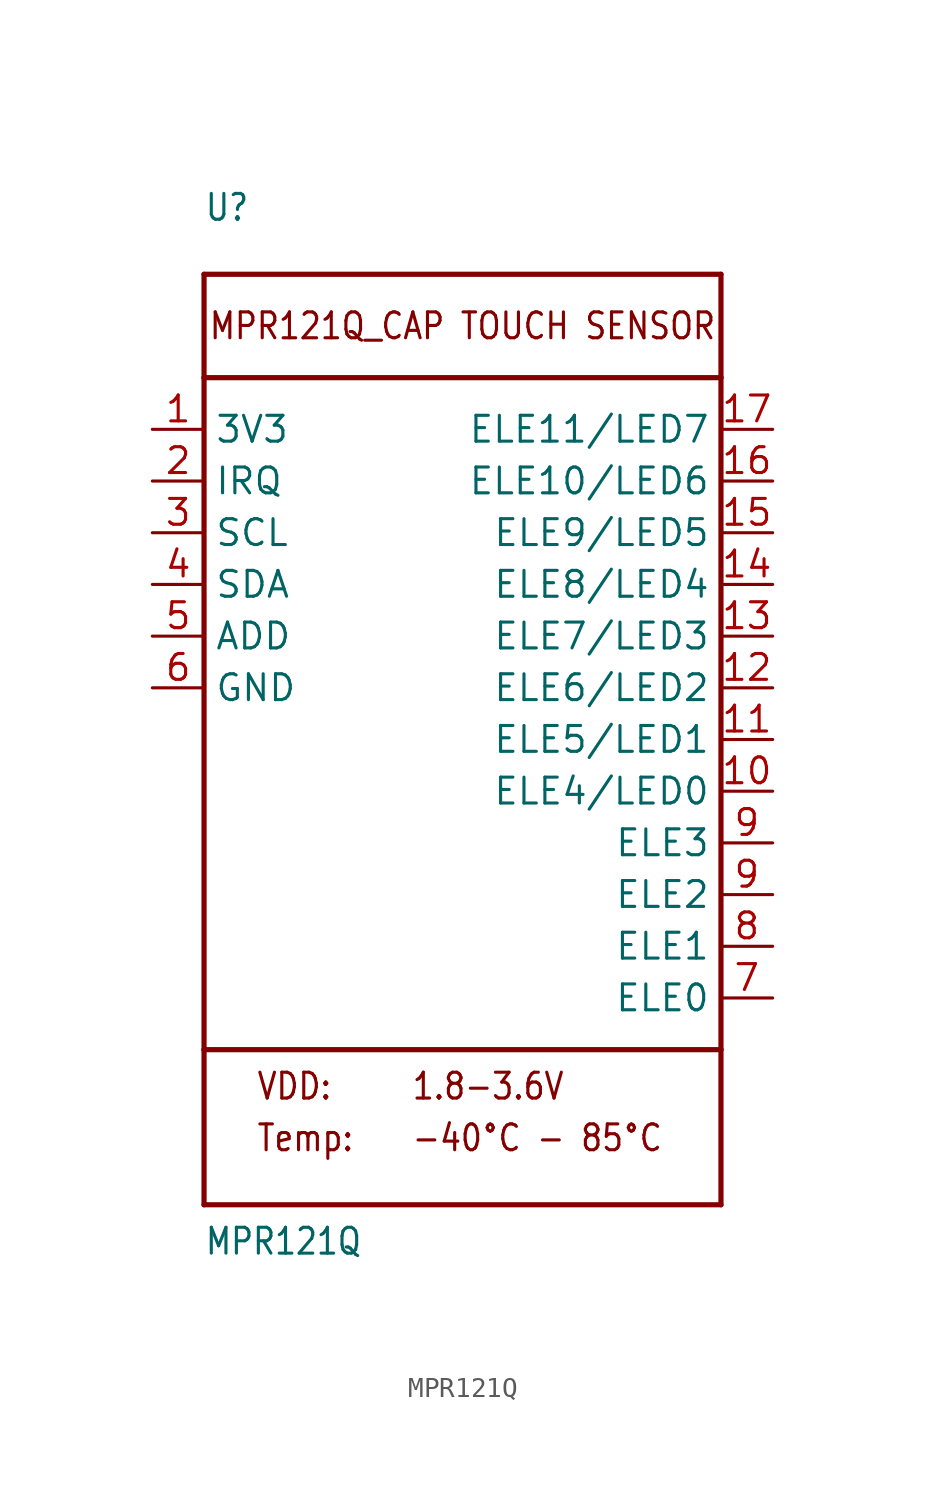
<source format=kicad_sym>
(kicad_symbol_lib
  (version 20211014)
  (generator kicad_symbol_editor)
  (symbol "MPR121Q"
    (property "Reference" "U"
      (at -12.7 22.86 0)
      (effects (font (size 1.27 1.079)) (justify left bottom)))
    (property "Value" "MPR121Q"
      (at -12.7 -27.94 0)
      (effects (font (size 1.27 1.079)) (justify left bottom)))
    (property "ki_locked" ""
      (at 0 0 0)
      (effects (font (size 1.27 1.27))))
    (symbol "MPR121Q_1_0"
      (polyline (pts (xy -12.7 -25.4) (xy 12.7 -25.4)) (stroke (width 0.254) (type default) (color 0 0 0 0)) (fill (type none)))
      (polyline (pts (xy -12.7 -17.78) (xy -12.7 -25.4)) (stroke (width 0.254) (type default) (color 0 0 0 0)) (fill (type none)))
      (polyline (pts (xy -12.7 -17.78) (xy -12.7 15.24)) (stroke (width 0.254) (type default) (color 0 0 0 0)) (fill (type none)))
      (polyline (pts (xy -12.7 15.24) (xy -12.7 20.32)) (stroke (width 0.254) (type default) (color 0 0 0 0)) (fill (type none)))
      (polyline (pts (xy -12.7 15.24) (xy 12.7 15.24)) (stroke (width 0.254) (type default) (color 0 0 0 0)) (fill (type none)))
      (polyline (pts (xy -12.7 20.32) (xy 12.7 20.32)) (stroke (width 0.254) (type default) (color 0 0 0 0)) (fill (type none)))
      (polyline (pts (xy 12.7 -25.4) (xy 12.7 -17.78)) (stroke (width 0.254) (type default) (color 0 0 0 0)) (fill (type none)))
      (polyline (pts (xy 12.7 -17.78) (xy -12.7 -17.78)) (stroke (width 0.254) (type default) (color 0 0 0 0)) (fill (type none)))
      (polyline (pts (xy 12.7 15.24) (xy 12.7 -17.78)) (stroke (width 0.254) (type default) (color 0 0 0 0)) (fill (type none)))
      (polyline (pts (xy 12.7 20.32) (xy 12.7 15.24)) (stroke (width 0.254) (type default) (color 0 0 0 0)) (fill (type none)))
      (text "-40°C - 85°C" (at -2.54 -22.86 0) (effects (font (size 1.27 1.079)) (justify left bottom)))
      (text "1.8-3.6V" (at -2.54 -20.32 0) (effects (font (size 1.27 1.079)) (justify left bottom)))
      (text "MPR121Q_CAP TOUCH SENSOR" (at 0 17.78 0) (effects (font (size 1.27 1.079))))
      (text "Temp:" (at -10.16 -22.86 0) (effects (font (size 1.27 1.079)) (justify left bottom)))
      (text "VDD:" (at -10.16 -20.32 0) (effects (font (size 1.27 1.079)) (justify left bottom)))
      (pin bidirectional line (at 15.24 -5.08 180) (length 2.54) (name "ELE4/LED0" (effects (font (size 1.27 1.27)))) (number "10" (effects (font (size 1.27 1.27)))))
      (pin bidirectional line (at 15.24 -2.54 180) (length 2.54) (name "ELE5/LED1" (effects (font (size 1.27 1.27)))) (number "11" (effects (font (size 1.27 1.27)))))
      (pin bidirectional line (at 15.24 0 180) (length 2.54) (name "ELE6/LED2" (effects (font (size 1.27 1.27)))) (number "12" (effects (font (size 1.27 1.27)))))
      (pin bidirectional line (at 15.24 2.54 180) (length 2.54) (name "ELE7/LED3" (effects (font (size 1.27 1.27)))) (number "13" (effects (font (size 1.27 1.27)))))
      (pin bidirectional line (at 15.24 5.08 180) (length 2.54) (name "ELE8/LED4" (effects (font (size 1.27 1.27)))) (number "14" (effects (font (size 1.27 1.27)))))
      (pin bidirectional line (at 15.24 7.62 180) (length 2.54) (name "ELE9/LED5" (effects (font (size 1.27 1.27)))) (number "15" (effects (font (size 1.27 1.27)))))
      (pin bidirectional line (at 15.24 10.16 180) (length 2.54) (name "ELE10/LED6" (effects (font (size 1.27 1.27)))) (number "16" (effects (font (size 1.27 1.27)))))
      (pin bidirectional line (at 15.24 12.7 180) (length 2.54) (name "ELE11/LED7" (effects (font (size 1.27 1.27)))) (number "17" (effects (font (size 1.27 1.27)))))
      (pin bidirectional line (at 15.24 -15.24 180) (length 2.54) (name "ELE0" (effects (font (size 1.27 1.27)))) (number "7" (effects (font (size 1.27 1.27)))))
      (pin bidirectional line (at 15.24 -12.7 180) (length 2.54) (name "ELE1" (effects (font (size 1.27 1.27)))) (number "8" (effects (font (size 1.27 1.27)))))
      (pin bidirectional line (at 15.24 -10.16 180) (length 2.54) (name "ELE2" (effects (font (size 1.27 1.27)))) (number "9" (effects (font (size 1.27 1.27)))))
      (pin bidirectional line (at 15.24 -7.62 180) (length 2.54) (name "ELE3" (effects (font (size 1.27 1.27)))) (number "9" (effects (font (size 1.27 1.27))))))
    (symbol "MPR121Q_1_1"
      (pin bidirectional line (at -15.24 12.7 0) (length 2.54) (name "3V3" (effects (font (size 1.27 1.27)))) (number "1" (effects (font (size 1.27 1.27)))))
      (pin bidirectional line (at -15.24 10.16 0) (length 2.54) (name "IRQ" (effects (font (size 1.27 1.27)))) (number "2" (effects (font (size 1.27 1.27)))))
      (pin bidirectional line (at -15.24 7.62 0) (length 2.54) (name "SCL" (effects (font (size 1.27 1.27)))) (number "3" (effects (font (size 1.27 1.27)))))
      (pin bidirectional line (at -15.24 5.08 0) (length 2.54) (name "SDA" (effects (font (size 1.27 1.27)))) (number "4" (effects (font (size 1.27 1.27)))))
      (pin bidirectional line (at -15.24 2.54 0) (length 2.54) (name "ADD" (effects (font (size 1.27 1.27)))) (number "5" (effects (font (size 1.27 1.27)))))
      (pin bidirectional line (at -15.24 0 0) (length 2.54) (name "GND" (effects (font (size 1.27 1.27)))) (number "6" (effects (font (size 1.27 1.27))))))))
</source>
